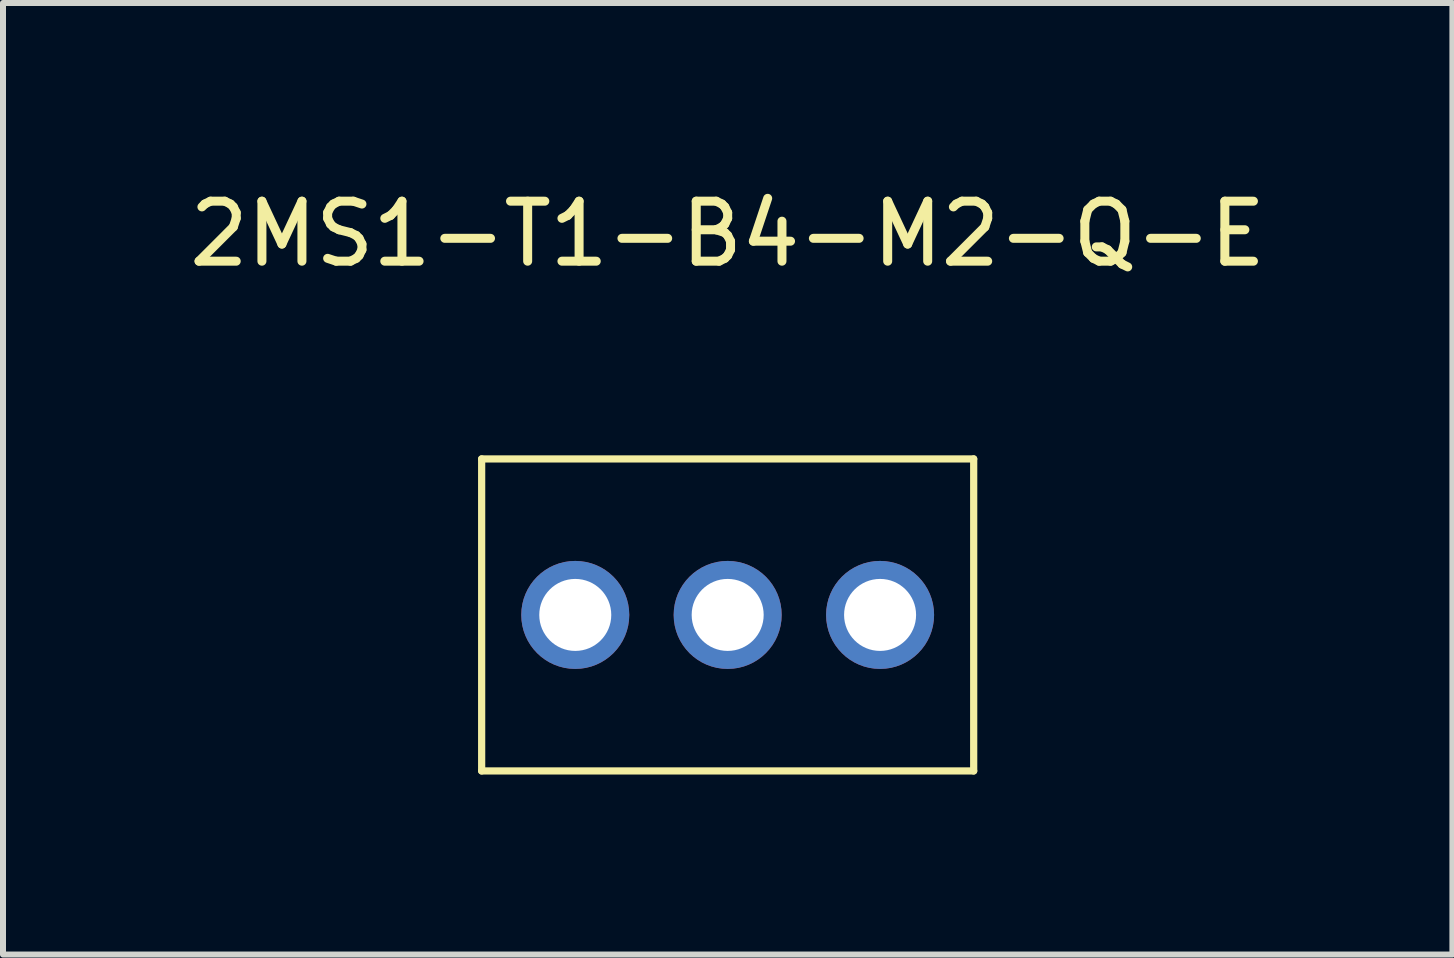
<source format=kicad_pcb>
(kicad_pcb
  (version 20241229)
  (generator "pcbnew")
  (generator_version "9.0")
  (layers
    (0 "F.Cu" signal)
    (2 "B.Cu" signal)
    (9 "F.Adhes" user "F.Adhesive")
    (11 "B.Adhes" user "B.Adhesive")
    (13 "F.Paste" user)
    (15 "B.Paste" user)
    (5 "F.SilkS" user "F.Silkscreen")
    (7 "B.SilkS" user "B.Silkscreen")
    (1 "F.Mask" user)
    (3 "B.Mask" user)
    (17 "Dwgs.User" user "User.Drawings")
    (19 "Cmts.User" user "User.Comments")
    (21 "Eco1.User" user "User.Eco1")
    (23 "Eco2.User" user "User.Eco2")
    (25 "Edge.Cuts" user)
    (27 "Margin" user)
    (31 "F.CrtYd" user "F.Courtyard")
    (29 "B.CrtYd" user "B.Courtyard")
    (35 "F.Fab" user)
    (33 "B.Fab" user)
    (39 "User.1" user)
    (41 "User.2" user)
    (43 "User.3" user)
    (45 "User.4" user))
  (footprint "2MS1-T1-B4-M2-Q-E"
    (layer "F.Cu")
    (at 9.077 7.198)
    (property "Reference" "2MS1-T1-B4-M2-Q-E" (at 0 -6.35 0) (unlocked yes) (layer "F.SilkS") (effects (font (size 1 1) (thickness 0.15))))
    (attr through_hole)
    (fp_line (start -4.1 -2.6) (end 4.1 -2.6) (stroke (width 0.12) (type default)) (layer "F.SilkS"))
    (fp_line (start -4.1 2.6) (end -4.1 -2.6) (stroke (width 0.12) (type default)) (layer "F.SilkS"))
    (fp_line (start 4.1 -2.6) (end 4.1 2.6) (stroke (width 0.12) (type default)) (layer "F.SilkS"))
    (fp_line (start 4.1 2.6) (end -4.1 2.6) (stroke (width 0.12) (type default)) (layer "F.SilkS"))
    (pad "1" thru_hole circle (at -2.54 0) (size 1.8 1.8) (drill 1.2) (layers "*.Cu" "*.Mask"))
    (pad "2" thru_hole circle (at 0 0) (size 1.8 1.8) (drill 1.2) (layers "*.Cu" "*.Mask"))
    (pad "3" thru_hole circle (at 2.54 0) (size 1.8 1.8) (drill 1.2) (layers "*.Cu" "*.Mask")))
  (gr_rect
    (start -3 -3)
    (end 21.155 12.858)
    (stroke (width 0.1) (type default))
    (fill no)
    (layer "Edge.Cuts")))
</source>
